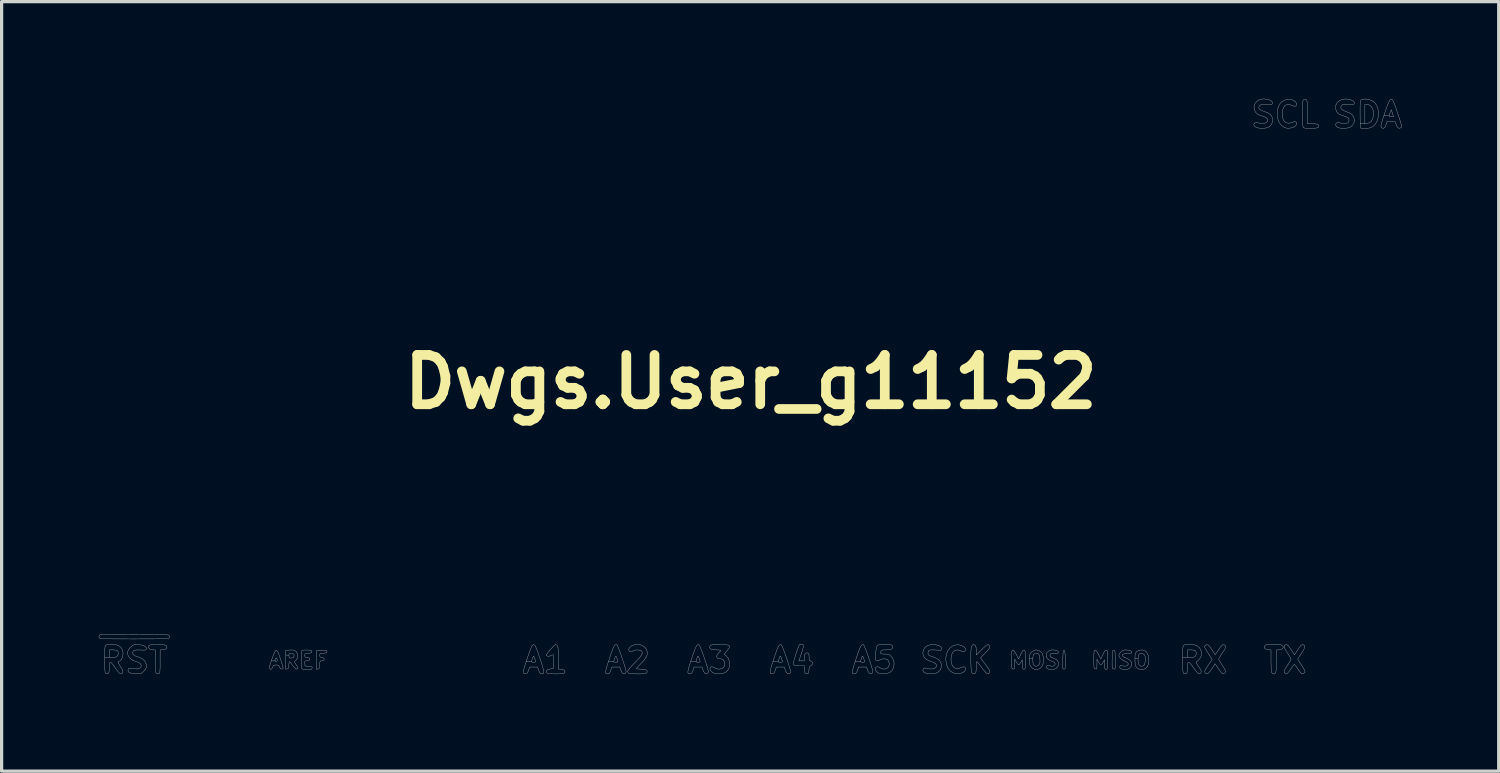
<source format=kicad_pcb>
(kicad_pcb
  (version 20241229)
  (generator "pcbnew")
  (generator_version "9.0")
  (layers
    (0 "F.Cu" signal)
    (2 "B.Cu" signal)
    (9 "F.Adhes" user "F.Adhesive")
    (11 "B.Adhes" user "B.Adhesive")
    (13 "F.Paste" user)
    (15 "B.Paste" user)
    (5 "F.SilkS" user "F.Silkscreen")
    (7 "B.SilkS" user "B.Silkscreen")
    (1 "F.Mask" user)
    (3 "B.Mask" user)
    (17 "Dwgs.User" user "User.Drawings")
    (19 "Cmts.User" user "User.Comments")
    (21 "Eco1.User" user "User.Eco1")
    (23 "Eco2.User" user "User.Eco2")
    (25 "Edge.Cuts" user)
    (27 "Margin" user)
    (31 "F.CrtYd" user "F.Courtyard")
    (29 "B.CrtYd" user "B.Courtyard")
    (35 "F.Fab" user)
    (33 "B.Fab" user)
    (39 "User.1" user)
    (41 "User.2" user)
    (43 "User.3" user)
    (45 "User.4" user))
  (footprint "Dwgs.User_g11152"
    (layer "F.Cu")
    (at 20.141 8.747)
    (property "Reference" "Dwgs.User_g11152" (at 0 0 0) (layer "F.SilkS") (effects (font (size 1.524 1.524) (thickness 0.3))))
    (attr through_hole)
    (fp_poly (pts (xy 9.686 8.293) (xy 9.696 8.316) (xy 9.702 8.362) (xy 9.707 8.437) (xy 9.71 8.547) (xy 9.711 8.578) (xy 9.713 8.694) (xy 9.713 8.774) (xy 9.71 8.825) (xy 9.704 8.853) (xy 9.693 8.866) (xy 9.677 8.869) (xy 9.673 8.869) (xy 9.656 8.867) (xy 9.644 8.857) (xy 9.637 8.833) (xy 9.634 8.787) (xy 9.633 8.713) (xy 9.635 8.605) (xy 9.636 8.578) (xy 9.639 8.459) (xy 9.643 8.377) (xy 9.649 8.325) (xy 9.658 8.297) (xy 9.67 8.287) (xy 9.673 8.287) (xy 9.686 8.293)) (stroke (width 0.01) (type solid)) (fill no) (layer "Dwgs.User"))
    (fp_poly (pts (xy 11.225 8.289) (xy 11.237 8.301) (xy 11.245 8.328) (xy 11.25 8.378) (xy 11.253 8.456) (xy 11.256 8.57) (xy 11.256 8.578) (xy 11.258 8.694) (xy 11.258 8.774) (xy 11.256 8.825) (xy 11.249 8.853) (xy 11.239 8.866) (xy 11.222 8.869) (xy 11.218 8.869) (xy 11.178 8.857) (xy 11.164 8.841) (xy 11.16 8.81) (xy 11.158 8.746) (xy 11.158 8.658) (xy 11.159 8.556) (xy 11.159 8.55) (xy 11.162 8.441) (xy 11.166 8.366) (xy 11.172 8.321) (xy 11.181 8.297) (xy 11.194 8.288) (xy 11.208 8.287) (xy 11.225 8.289)) (stroke (width 0.01) (type solid)) (fill no) (layer "Dwgs.User"))
    (fp_poly (pts (xy -13.169 8.288) (xy -13.122 8.292) (xy -13.099 8.303) (xy -13.092 8.321) (xy -13.092 8.329) (xy -13.098 8.354) (xy -13.122 8.369) (xy -13.176 8.376) (xy -13.203 8.378) (xy -13.267 8.383) (xy -13.3 8.393) (xy -13.312 8.415) (xy -13.314 8.445) (xy -13.308 8.488) (xy -13.282 8.507) (xy -13.245 8.513) (xy -13.195 8.525) (xy -13.177 8.551) (xy -13.176 8.562) (xy -13.188 8.594) (xy -13.228 8.609) (xy -13.244 8.611) (xy -13.282 8.617) (xy -13.303 8.632) (xy -13.313 8.666) (xy -13.318 8.732) (xy -13.318 8.738) (xy -13.324 8.807) (xy -13.334 8.844) (xy -13.354 8.861) (xy -13.373 8.865) (xy -13.421 8.872) (xy -13.415 8.579) (xy -13.409 8.287) (xy -13.25 8.287) (xy -13.169 8.288)) (stroke (width 0.01) (type solid)) (fill no) (layer "Dwgs.User"))
    (fp_poly (pts (xy -18.308 8.111) (xy -18.201 8.115) (xy -18.129 8.121) (xy -18.084 8.129) (xy -18.058 8.142) (xy -18.047 8.154) (xy -18.035 8.203) (xy -18.06 8.242) (xy -18.119 8.267) (xy -18.158 8.272) (xy -18.246 8.279) (xy -18.246 8.635) (xy -18.246 8.768) (xy -18.248 8.864) (xy -18.252 8.93) (xy -18.258 8.972) (xy -18.267 8.994) (xy -18.279 9.004) (xy -18.325 9.016) (xy -18.356 9.003) (xy -18.368 8.992) (xy -18.379 8.963) (xy -18.387 8.9) (xy -18.392 8.801) (xy -18.394 8.663) (xy -18.394 8.621) (xy -18.394 8.276) (xy -18.459 8.276) (xy -18.535 8.265) (xy -18.587 8.236) (xy -18.605 8.193) (xy -18.599 8.157) (xy -18.577 8.133) (xy -18.532 8.118) (xy -18.459 8.111) (xy -18.352 8.11) (xy -18.308 8.111)) (stroke (width 0.01) (type solid)) (fill no) (layer "Dwgs.User"))
    (fp_poly (pts (xy 17.151 -8.718) (xy 17.164 -8.706) (xy 17.174 -8.684) (xy 17.181 -8.646) (xy 17.185 -8.586) (xy 17.187 -8.497) (xy 17.187 -8.373) (xy 17.187 -8.34) (xy 17.187 -7.982) (xy 17.349 -7.975) (xy 17.439 -7.97) (xy 17.496 -7.959) (xy 17.527 -7.942) (xy 17.533 -7.934) (xy 17.543 -7.892) (xy 17.527 -7.865) (xy 17.494 -7.849) (xy 17.429 -7.838) (xy 17.346 -7.831) (xy 17.257 -7.83) (xy 17.172 -7.833) (xy 17.105 -7.842) (xy 17.066 -7.856) (xy 17.065 -7.857) (xy 17.055 -7.883) (xy 17.047 -7.94) (xy 17.042 -8.031) (xy 17.04 -8.159) (xy 17.039 -8.29) (xy 17.039 -8.432) (xy 17.041 -8.538) (xy 17.044 -8.613) (xy 17.048 -8.662) (xy 17.056 -8.693) (xy 17.066 -8.71) (xy 17.077 -8.718) (xy 17.131 -8.726) (xy 17.151 -8.718)) (stroke (width 0.01) (type solid)) (fill no) (layer "Dwgs.User"))
    (fp_poly (pts (xy 16.259 8.108) (xy 16.334 8.113) (xy 16.381 8.122) (xy 16.409 8.136) (xy 16.413 8.14) (xy 16.44 8.174) (xy 16.447 8.191) (xy 16.428 8.23) (xy 16.38 8.261) (xy 16.319 8.276) (xy 16.307 8.276) (xy 16.235 8.276) (xy 16.235 8.606) (xy 16.234 8.75) (xy 16.229 8.858) (xy 16.22 8.933) (xy 16.206 8.981) (xy 16.185 9.007) (xy 16.157 9.017) (xy 16.15 9.017) (xy 16.108 9) (xy 16.087 8.976) (xy 16.079 8.94) (xy 16.073 8.87) (xy 16.068 8.773) (xy 16.066 8.657) (xy 16.066 8.606) (xy 16.066 8.276) (xy 15.993 8.276) (xy 15.93 8.265) (xy 15.879 8.236) (xy 15.854 8.198) (xy 15.854 8.191) (xy 15.867 8.164) (xy 15.887 8.14) (xy 15.912 8.125) (xy 15.955 8.114) (xy 16.023 8.109) (xy 16.125 8.107) (xy 16.15 8.107) (xy 16.259 8.108)) (stroke (width 0.01) (type solid)) (fill no) (layer "Dwgs.User"))
    (fp_poly (pts (xy 16.72 -8.713) (xy 16.808 -8.665) (xy 16.829 -8.645) (xy 16.86 -8.592) (xy 16.857 -8.548) (xy 16.826 -8.521) (xy 16.775 -8.517) (xy 16.721 -8.538) (xy 16.641 -8.567) (xy 16.562 -8.567) (xy 16.497 -8.538) (xy 16.49 -8.531) (xy 16.445 -8.46) (xy 16.418 -8.365) (xy 16.411 -8.259) (xy 16.424 -8.158) (xy 16.458 -8.074) (xy 16.465 -8.065) (xy 16.53 -8.008) (xy 16.611 -7.988) (xy 16.7 -8.008) (xy 16.707 -8.011) (xy 16.784 -8.038) (xy 16.834 -8.033) (xy 16.858 -7.999) (xy 16.859 -7.982) (xy 16.84 -7.928) (xy 16.789 -7.884) (xy 16.716 -7.853) (xy 16.631 -7.837) (xy 16.544 -7.84) (xy 16.477 -7.86) (xy 16.384 -7.925) (xy 16.315 -8.019) (xy 16.272 -8.136) (xy 16.257 -8.27) (xy 16.271 -8.415) (xy 16.287 -8.48) (xy 16.33 -8.58) (xy 16.394 -8.651) (xy 16.488 -8.702) (xy 16.511 -8.71) (xy 16.617 -8.729) (xy 16.72 -8.713)) (stroke (width 0.01) (type solid)) (fill no) (layer "Dwgs.User"))
    (fp_poly (pts (xy 6.505 8.137) (xy 6.589 8.188) (xy 6.602 8.2) (xy 6.633 8.241) (xy 6.635 8.275) (xy 6.626 8.295) (xy 6.587 8.333) (xy 6.534 8.332) (xy 6.489 8.307) (xy 6.439 8.285) (xy 6.377 8.276) (xy 6.297 8.295) (xy 6.237 8.348) (xy 6.198 8.432) (xy 6.182 8.542) (xy 6.186 8.629) (xy 6.212 8.734) (xy 6.261 8.809) (xy 6.327 8.85) (xy 6.407 8.854) (xy 6.477 8.829) (xy 6.552 8.8) (xy 6.604 8.804) (xy 6.634 8.841) (xy 6.635 8.842) (xy 6.633 8.891) (xy 6.598 8.94) (xy 6.536 8.98) (xy 6.503 8.992) (xy 6.408 9.013) (xy 6.329 9.01) (xy 6.245 8.983) (xy 6.232 8.977) (xy 6.149 8.922) (xy 6.087 8.838) (xy 6.044 8.722) (xy 6.031 8.668) (xy 6.021 8.535) (xy 6.041 8.408) (xy 6.089 8.296) (xy 6.161 8.205) (xy 6.253 8.143) (xy 6.293 8.129) (xy 6.402 8.116) (xy 6.505 8.137)) (stroke (width 0.01) (type solid)) (fill no) (layer "Dwgs.User"))
    (fp_poly (pts (xy 9.412 8.284) (xy 9.471 8.307) (xy 9.5 8.339) (xy 9.5 8.363) (xy 9.477 8.381) (xy 9.423 8.391) (xy 9.364 8.393) (xy 9.295 8.394) (xy 9.257 8.4) (xy 9.242 8.416) (xy 9.239 8.442) (xy 9.247 8.475) (xy 9.277 8.502) (xy 9.338 8.53) (xy 9.345 8.532) (xy 9.43 8.571) (xy 9.479 8.615) (xy 9.501 8.672) (xy 9.504 8.712) (xy 9.485 8.785) (xy 9.435 8.841) (xy 9.362 8.877) (xy 9.277 8.887) (xy 9.191 8.868) (xy 9.14 8.835) (xy 9.125 8.798) (xy 9.142 8.769) (xy 9.186 8.758) (xy 9.232 8.767) (xy 9.305 8.781) (xy 9.362 8.769) (xy 9.394 8.734) (xy 9.398 8.711) (xy 9.391 8.678) (xy 9.364 8.654) (xy 9.306 8.63) (xy 9.292 8.625) (xy 9.199 8.582) (xy 9.143 8.524) (xy 9.123 8.449) (xy 9.123 8.44) (xy 9.142 8.366) (xy 9.194 8.311) (xy 9.275 8.281) (xy 9.329 8.276) (xy 9.412 8.284)) (stroke (width 0.01) (type solid)) (fill no) (layer "Dwgs.User"))
    (fp_poly (pts (xy 11.664 8.284) (xy 11.729 8.304) (xy 11.762 8.335) (xy 11.764 8.356) (xy 11.753 8.377) (xy 11.724 8.387) (xy 11.666 8.387) (xy 11.64 8.386) (xy 11.551 8.39) (xy 11.495 8.411) (xy 11.475 8.442) (xy 11.492 8.478) (xy 11.547 8.512) (xy 11.601 8.531) (xy 11.674 8.565) (xy 11.732 8.618) (xy 11.765 8.678) (xy 11.769 8.704) (xy 11.75 8.78) (xy 11.7 8.838) (xy 11.626 8.874) (xy 11.537 8.884) (xy 11.445 8.865) (xy 11.401 8.839) (xy 11.392 8.802) (xy 11.392 8.798) (xy 11.41 8.764) (xy 11.431 8.76) (xy 11.523 8.776) (xy 11.587 8.775) (xy 11.631 8.755) (xy 11.658 8.717) (xy 11.645 8.679) (xy 11.594 8.642) (xy 11.545 8.622) (xy 11.468 8.583) (xy 11.407 8.529) (xy 11.371 8.47) (xy 11.367 8.443) (xy 11.381 8.401) (xy 11.416 8.351) (xy 11.428 8.338) (xy 11.487 8.293) (xy 11.552 8.277) (xy 11.575 8.276) (xy 11.664 8.284)) (stroke (width 0.01) (type solid)) (fill no) (layer "Dwgs.User"))
    (fp_poly (pts (xy 12.174 8.303) (xy 12.199 8.32) (xy 12.251 8.385) (xy 12.283 8.478) (xy 12.293 8.589) (xy 12.288 8.644) (xy 12.271 8.736) (xy 12.246 8.796) (xy 12.206 8.837) (xy 12.171 8.858) (xy 12.091 8.886) (xy 12.016 8.879) (xy 11.991 8.87) (xy 11.934 8.839) (xy 11.896 8.794) (xy 11.874 8.729) (xy 11.865 8.634) (xy 11.864 8.568) (xy 11.864 8.54) (xy 11.959 8.54) (xy 11.961 8.621) (xy 11.972 8.694) (xy 11.992 8.743) (xy 11.994 8.745) (xy 12.048 8.78) (xy 12.108 8.774) (xy 12.136 8.757) (xy 12.162 8.717) (xy 12.179 8.65) (xy 12.186 8.572) (xy 12.182 8.497) (xy 12.166 8.445) (xy 12.125 8.402) (xy 12.069 8.384) (xy 12.015 8.393) (xy 11.987 8.416) (xy 11.968 8.466) (xy 11.959 8.54) (xy 11.864 8.54) (xy 11.865 8.477) (xy 11.869 8.418) (xy 11.878 8.38) (xy 11.896 8.352) (xy 11.923 8.327) (xy 12.002 8.285) (xy 12.09 8.277) (xy 12.174 8.303)) (stroke (width 0.01) (type solid)) (fill no) (layer "Dwgs.User"))
    (fp_poly (pts (xy -14.618 8.324) (xy -14.584 8.399) (xy -14.542 8.515) (xy -14.528 8.559) (xy -14.495 8.66) (xy -14.469 8.747) (xy -14.452 8.812) (xy -14.447 8.847) (xy -14.448 8.85) (xy -14.479 8.871) (xy -14.519 8.86) (xy -14.552 8.822) (xy -14.559 8.805) (xy -14.579 8.764) (xy -14.609 8.746) (xy -14.665 8.742) (xy -14.667 8.742) (xy -14.729 8.748) (xy -14.753 8.766) (xy -14.753 8.771) (xy -14.766 8.808) (xy -14.791 8.847) (xy -14.82 8.878) (xy -14.841 8.877) (xy -14.857 8.86) (xy -14.867 8.841) (xy -14.868 8.812) (xy -14.859 8.765) (xy -14.838 8.695) (xy -14.811 8.615) (xy -14.699 8.615) (xy -14.691 8.633) (xy -14.667 8.636) (xy -14.633 8.621) (xy -14.626 8.599) (xy -14.637 8.55) (xy -14.645 8.533) (xy -14.661 8.524) (xy -14.679 8.552) (xy -14.686 8.57) (xy -14.699 8.615) (xy -14.811 8.615) (xy -14.804 8.594) (xy -14.791 8.556) (xy -14.745 8.429) (xy -14.708 8.342) (xy -14.676 8.296) (xy -14.648 8.29) (xy -14.618 8.324)) (stroke (width 0.01) (type solid)) (fill no) (layer "Dwgs.User"))
    (fp_poly (pts (xy -6.004 8.12) (xy -5.981 8.14) (xy -5.968 8.16) (xy -5.959 8.192) (xy -5.953 8.245) (xy -5.95 8.324) (xy -5.948 8.435) (xy -5.948 8.52) (xy -5.948 8.866) (xy -5.86 8.873) (xy -5.789 8.888) (xy -5.747 8.918) (xy -5.741 8.957) (xy -5.756 8.983) (xy -5.776 8.998) (xy -5.812 9.008) (xy -5.872 9.014) (xy -5.961 9.017) (xy -6.034 9.017) (xy -6.142 9.016) (xy -6.216 9.014) (xy -6.262 9.008) (xy -6.289 8.998) (xy -6.304 8.982) (xy -6.306 8.978) (xy -6.314 8.929) (xy -6.284 8.891) (xy -6.222 8.868) (xy -6.191 8.865) (xy -6.107 8.858) (xy -6.101 8.641) (xy -6.099 8.551) (xy -6.1 8.479) (xy -6.103 8.435) (xy -6.107 8.424) (xy -6.132 8.433) (xy -6.178 8.454) (xy -6.18 8.456) (xy -6.246 8.476) (xy -6.295 8.463) (xy -6.316 8.434) (xy -6.306 8.41) (xy -6.274 8.365) (xy -6.226 8.306) (xy -6.171 8.243) (xy -6.116 8.183) (xy -6.068 8.136) (xy -6.035 8.11) (xy -6.027 8.107) (xy -6.004 8.12)) (stroke (width 0.01) (type solid)) (fill no) (layer "Dwgs.User"))
    (fp_poly (pts (xy 8.897 8.295) (xy 8.955 8.335) (xy 8.994 8.376) (xy 9.016 8.421) (xy 9.028 8.488) (xy 9.031 8.52) (xy 9.034 8.645) (xy 9.016 8.739) (xy 8.974 8.808) (xy 8.933 8.842) (xy 8.876 8.873) (xy 8.824 8.889) (xy 8.816 8.89) (xy 8.768 8.878) (xy 8.71 8.85) (xy 8.699 8.842) (xy 8.641 8.786) (xy 8.607 8.71) (xy 8.596 8.606) (xy 8.598 8.573) (xy 8.71 8.573) (xy 8.712 8.657) (xy 8.72 8.709) (xy 8.736 8.74) (xy 8.751 8.754) (xy 8.805 8.781) (xy 8.853 8.771) (xy 8.892 8.74) (xy 8.917 8.709) (xy 8.929 8.671) (xy 8.931 8.612) (xy 8.928 8.558) (xy 8.918 8.47) (xy 8.898 8.416) (xy 8.864 8.389) (xy 8.816 8.383) (xy 8.765 8.389) (xy 8.733 8.414) (xy 8.716 8.464) (xy 8.71 8.547) (xy 8.71 8.573) (xy 8.598 8.573) (xy 8.6 8.52) (xy 8.611 8.442) (xy 8.628 8.391) (xy 8.661 8.35) (xy 8.677 8.335) (xy 8.754 8.287) (xy 8.816 8.276) (xy 8.897 8.295)) (stroke (width 0.01) (type solid)) (fill no) (layer "Dwgs.User"))
    (fp_poly (pts (xy -19.494 7.792) (xy -19.295 7.793) (xy -19.058 7.794) (xy -19.042 7.794) (xy -18.802 7.796) (xy -18.601 7.797) (xy -18.435 7.799) (xy -18.301 7.801) (xy -18.195 7.803) (xy -18.115 7.806) (xy -18.056 7.81) (xy -18.014 7.815) (xy -17.988 7.82) (xy -17.972 7.827) (xy -17.964 7.835) (xy -17.963 7.835) (xy -17.954 7.877) (xy -17.969 7.904) (xy -17.979 7.912) (xy -17.997 7.918) (xy -18.028 7.923) (xy -18.074 7.928) (xy -18.139 7.931) (xy -18.226 7.933) (xy -18.339 7.935) (xy -18.481 7.936) (xy -18.656 7.937) (xy -18.867 7.937) (xy -19.052 7.938) (xy -19.291 7.937) (xy -19.49 7.937) (xy -19.655 7.937) (xy -19.788 7.935) (xy -19.892 7.934) (xy -19.972 7.931) (xy -20.031 7.928) (xy -20.072 7.924) (xy -20.099 7.919) (xy -20.115 7.912) (xy -20.124 7.904) (xy -20.128 7.898) (xy -20.136 7.849) (xy -20.123 7.824) (xy -20.115 7.816) (xy -20.099 7.809) (xy -20.072 7.804) (xy -20.032 7.8) (xy -19.973 7.797) (xy -19.894 7.794) (xy -19.79 7.793) (xy -19.658 7.792) (xy -19.494 7.792)) (stroke (width 0.01) (type solid)) (fill no) (layer "Dwgs.User"))
    (fp_poly (pts (xy 19.009 -8.736) (xy 19.102 -8.719) (xy 19.187 -8.688) (xy 19.189 -8.687) (xy 19.274 -8.624) (xy 19.334 -8.534) (xy 19.372 -8.426) (xy 19.386 -8.308) (xy 19.378 -8.187) (xy 19.347 -8.073) (xy 19.295 -7.972) (xy 19.221 -7.894) (xy 19.149 -7.854) (xy 19.099 -7.842) (xy 19.029 -7.835) (xy 18.953 -7.832) (xy 18.886 -7.834) (xy 18.841 -7.841) (xy 18.831 -7.846) (xy 18.827 -7.87) (xy 18.823 -7.931) (xy 18.82 -8.02) (xy 18.818 -8.132) (xy 18.817 -8.259) (xy 18.817 -8.279) (xy 18.817 -8.422) (xy 18.818 -8.529) (xy 18.82 -8.572) (xy 18.965 -8.572) (xy 18.965 -7.974) (xy 19.045 -7.987) (xy 19.108 -8.007) (xy 19.157 -8.04) (xy 19.161 -8.045) (xy 19.204 -8.123) (xy 19.229 -8.224) (xy 19.233 -8.33) (xy 19.23 -8.357) (xy 19.201 -8.449) (xy 19.149 -8.52) (xy 19.081 -8.564) (xy 19.03 -8.572) (xy 18.965 -8.572) (xy 18.82 -8.572) (xy 18.82 -8.605) (xy 18.825 -8.656) (xy 18.831 -8.688) (xy 18.841 -8.707) (xy 18.855 -8.718) (xy 18.863 -8.722) (xy 18.924 -8.737) (xy 19.009 -8.736)) (stroke (width 0.01) (type solid)) (fill no) (layer "Dwgs.User"))
    (fp_poly (pts (xy 10.98 8.28) (xy 10.995 8.287) (xy 11.006 8.306) (xy 11.014 8.344) (xy 11.018 8.408) (xy 11.022 8.503) (xy 11.023 8.564) (xy 11.024 8.692) (xy 11.021 8.783) (xy 11.011 8.841) (xy 10.995 8.872) (xy 10.97 8.88) (xy 10.948 8.875) (xy 10.932 8.847) (xy 10.923 8.778) (xy 10.921 8.724) (xy 10.92 8.583) (xy 10.886 8.647) (xy 10.847 8.709) (xy 10.814 8.732) (xy 10.78 8.715) (xy 10.742 8.657) (xy 10.732 8.64) (xy 10.691 8.562) (xy 10.69 8.717) (xy 10.689 8.796) (xy 10.684 8.842) (xy 10.674 8.863) (xy 10.655 8.867) (xy 10.642 8.865) (xy 10.622 8.861) (xy 10.609 8.85) (xy 10.601 8.825) (xy 10.596 8.781) (xy 10.594 8.709) (xy 10.594 8.603) (xy 10.594 8.573) (xy 10.594 8.457) (xy 10.597 8.376) (xy 10.601 8.325) (xy 10.609 8.296) (xy 10.621 8.283) (xy 10.63 8.28) (xy 10.657 8.289) (xy 10.689 8.329) (xy 10.731 8.403) (xy 10.738 8.415) (xy 10.809 8.558) (xy 10.876 8.415) (xy 10.915 8.337) (xy 10.946 8.294) (xy 10.972 8.28) (xy 10.98 8.28)) (stroke (width 0.01) (type solid)) (fill no) (layer "Dwgs.User"))
    (fp_poly (pts (xy 19.813 -8.718) (xy 19.817 -8.715) (xy 19.834 -8.687) (xy 19.86 -8.626) (xy 19.895 -8.538) (xy 19.934 -8.429) (xy 19.976 -8.307) (xy 19.981 -8.292) (xy 20.027 -8.152) (xy 20.06 -8.046) (xy 20.082 -7.97) (xy 20.092 -7.918) (xy 20.094 -7.885) (xy 20.088 -7.865) (xy 20.086 -7.862) (xy 20.043 -7.834) (xy 19.999 -7.844) (xy 19.958 -7.892) (xy 19.937 -7.938) (xy 19.902 -8.033) (xy 19.776 -8.039) (xy 19.651 -8.045) (xy 19.619 -7.944) (xy 19.586 -7.871) (xy 19.546 -7.836) (xy 19.503 -7.839) (xy 19.473 -7.864) (xy 19.464 -7.881) (xy 19.462 -7.907) (xy 19.469 -7.949) (xy 19.485 -8.011) (xy 19.511 -8.099) (xy 19.55 -8.219) (xy 19.552 -8.224) (xy 19.714 -8.224) (xy 19.72 -8.2) (xy 19.745 -8.192) (xy 19.777 -8.191) (xy 19.85 -8.191) (xy 19.816 -8.3) (xy 19.781 -8.408) (xy 19.757 -8.348) (xy 19.727 -8.27) (xy 19.714 -8.224) (xy 19.552 -8.224) (xy 19.577 -8.299) (xy 19.628 -8.451) (xy 19.67 -8.566) (xy 19.704 -8.647) (xy 19.734 -8.7) (xy 19.76 -8.726) (xy 19.786 -8.731) (xy 19.813 -8.718)) (stroke (width 0.01) (type solid)) (fill no) (layer "Dwgs.User"))
    (fp_poly (pts (xy -14.104 8.286) (xy -14.069 8.304) (xy -14.044 8.327) (xy -13.999 8.399) (xy -13.991 8.479) (xy -14.02 8.556) (xy -14.044 8.585) (xy -14.079 8.624) (xy -14.097 8.649) (xy -14.097 8.651) (xy -14.085 8.674) (xy -14.056 8.717) (xy -14.044 8.733) (xy -14.003 8.799) (xy -13.994 8.844) (xy -14.016 8.867) (xy -14.033 8.869) (xy -14.071 8.85) (xy -14.122 8.796) (xy -14.154 8.753) (xy -14.197 8.694) (xy -14.231 8.653) (xy -14.249 8.637) (xy -14.259 8.655) (xy -14.267 8.704) (xy -14.271 8.747) (xy -14.277 8.813) (xy -14.288 8.848) (xy -14.311 8.862) (xy -14.325 8.865) (xy -14.373 8.872) (xy -14.367 8.579) (xy -14.365 8.456) (xy -14.266 8.456) (xy -14.264 8.506) (xy -14.248 8.526) (xy -14.207 8.528) (xy -14.187 8.526) (xy -14.135 8.518) (xy -14.112 8.5) (xy -14.108 8.459) (xy -14.108 8.456) (xy -14.112 8.414) (xy -14.133 8.394) (xy -14.183 8.386) (xy -14.187 8.386) (xy -14.239 8.384) (xy -14.261 8.397) (xy -14.266 8.436) (xy -14.266 8.456) (xy -14.365 8.456) (xy -14.362 8.287) (xy -14.229 8.28) (xy -14.153 8.279) (xy -14.104 8.286)) (stroke (width 0.01) (type solid)) (fill no) (layer "Dwgs.User"))
    (fp_poly (pts (xy -13.704 8.28) (xy -13.626 8.285) (xy -13.582 8.293) (xy -13.562 8.306) (xy -13.557 8.329) (xy -13.557 8.329) (xy -13.563 8.354) (xy -13.588 8.369) (xy -13.642 8.376) (xy -13.668 8.378) (xy -13.733 8.383) (xy -13.766 8.393) (xy -13.778 8.415) (xy -13.78 8.445) (xy -13.775 8.486) (xy -13.753 8.505) (xy -13.702 8.513) (xy -13.7 8.513) (xy -13.646 8.522) (xy -13.624 8.543) (xy -13.621 8.562) (xy -13.63 8.591) (xy -13.664 8.606) (xy -13.701 8.611) (xy -13.754 8.618) (xy -13.775 8.635) (xy -13.777 8.676) (xy -13.775 8.696) (xy -13.769 8.774) (xy -13.658 8.78) (xy -13.591 8.786) (xy -13.558 8.798) (xy -13.547 8.82) (xy -13.547 8.825) (xy -13.563 8.865) (xy -13.58 8.877) (xy -13.632 8.887) (xy -13.705 8.889) (xy -13.778 8.884) (xy -13.835 8.873) (xy -13.848 8.867) (xy -13.864 8.853) (xy -13.875 8.827) (xy -13.881 8.782) (xy -13.884 8.711) (xy -13.885 8.606) (xy -13.885 8.587) (xy -13.884 8.485) (xy -13.88 8.397) (xy -13.874 8.333) (xy -13.867 8.302) (xy -13.867 8.302) (xy -13.839 8.286) (xy -13.778 8.279) (xy -13.704 8.28)) (stroke (width 0.01) (type solid)) (fill no) (layer "Dwgs.User"))
    (fp_poly (pts (xy 8.44 8.28) (xy 8.455 8.287) (xy 8.466 8.306) (xy 8.474 8.344) (xy 8.478 8.408) (xy 8.482 8.503) (xy 8.483 8.564) (xy 8.485 8.686) (xy 8.483 8.771) (xy 8.477 8.826) (xy 8.467 8.857) (xy 8.46 8.865) (xy 8.427 8.878) (xy 8.407 8.864) (xy 8.393 8.831) (xy 8.384 8.77) (xy 8.381 8.711) (xy 8.38 8.583) (xy 8.338 8.664) (xy 8.306 8.711) (xy 8.278 8.736) (xy 8.27 8.736) (xy 8.245 8.714) (xy 8.211 8.668) (xy 8.197 8.645) (xy 8.15 8.562) (xy 8.15 8.717) (xy 8.149 8.796) (xy 8.144 8.842) (xy 8.134 8.863) (xy 8.115 8.867) (xy 8.102 8.865) (xy 8.082 8.861) (xy 8.069 8.85) (xy 8.061 8.825) (xy 8.056 8.781) (xy 8.054 8.709) (xy 8.054 8.603) (xy 8.054 8.573) (xy 8.054 8.457) (xy 8.057 8.376) (xy 8.061 8.325) (xy 8.069 8.296) (xy 8.081 8.283) (xy 8.09 8.28) (xy 8.117 8.289) (xy 8.149 8.329) (xy 8.191 8.403) (xy 8.198 8.415) (xy 8.269 8.558) (xy 8.336 8.415) (xy 8.375 8.337) (xy 8.406 8.294) (xy 8.432 8.28) (xy 8.44 8.28)) (stroke (width 0.01) (type solid)) (fill no) (layer "Dwgs.User"))
    (fp_poly (pts (xy 5.785 8.136) (xy 5.8 8.141) (xy 5.855 8.167) (xy 5.878 8.193) (xy 5.88 8.23) (xy 5.88 8.231) (xy 5.874 8.287) (xy 5.691 8.279) (xy 5.601 8.276) (xy 5.545 8.278) (xy 5.512 8.286) (xy 5.493 8.301) (xy 5.483 8.317) (xy 5.468 8.38) (xy 5.493 8.432) (xy 5.541 8.462) (xy 5.596 8.482) (xy 5.668 8.508) (xy 5.701 8.52) (xy 5.792 8.571) (xy 5.854 8.643) (xy 5.884 8.727) (xy 5.881 8.816) (xy 5.845 8.9) (xy 5.773 8.971) (xy 5.766 8.976) (xy 5.698 9.003) (xy 5.606 9.015) (xy 5.505 9.014) (xy 5.414 8.997) (xy 5.382 8.985) (xy 5.331 8.954) (xy 5.313 8.912) (xy 5.313 8.903) (xy 5.329 8.855) (xy 5.373 8.834) (xy 5.439 8.844) (xy 5.449 8.847) (xy 5.532 8.866) (xy 5.612 8.863) (xy 5.679 8.842) (xy 5.724 8.804) (xy 5.736 8.764) (xy 5.724 8.724) (xy 5.685 8.687) (xy 5.613 8.652) (xy 5.538 8.625) (xy 5.427 8.574) (xy 5.353 8.503) (xy 5.317 8.412) (xy 5.313 8.361) (xy 5.332 8.269) (xy 5.383 8.195) (xy 5.461 8.142) (xy 5.559 8.112) (xy 5.669 8.109) (xy 5.785 8.136)) (stroke (width 0.01) (type solid)) (fill no) (layer "Dwgs.User"))
    (fp_poly (pts (xy 14.618 8.116) (xy 14.637 8.128) (xy 14.659 8.153) (xy 14.665 8.184) (xy 14.651 8.227) (xy 14.616 8.29) (xy 14.559 8.377) (xy 14.511 8.45) (xy 14.474 8.512) (xy 14.453 8.552) (xy 14.45 8.562) (xy 14.461 8.589) (xy 14.491 8.641) (xy 14.535 8.71) (xy 14.56 8.749) (xy 14.619 8.84) (xy 14.652 8.906) (xy 14.66 8.951) (xy 14.646 8.984) (xy 14.623 9.003) (xy 14.593 9.013) (xy 14.561 9.001) (xy 14.521 8.963) (xy 14.469 8.895) (xy 14.427 8.834) (xy 14.339 8.704) (xy 14.237 8.86) (xy 14.175 8.948) (xy 14.126 8.999) (xy 14.086 9.016) (xy 14.05 9.002) (xy 14.034 8.986) (xy 14.02 8.964) (xy 14.018 8.94) (xy 14.03 8.905) (xy 14.059 8.853) (xy 14.109 8.776) (xy 14.14 8.73) (xy 14.248 8.57) (xy 14.13 8.388) (xy 14.081 8.309) (xy 14.041 8.242) (xy 14.017 8.194) (xy 14.012 8.179) (xy 14.029 8.148) (xy 14.056 8.127) (xy 14.088 8.116) (xy 14.118 8.123) (xy 14.153 8.152) (xy 14.197 8.208) (xy 14.255 8.292) (xy 14.344 8.425) (xy 14.444 8.275) (xy 14.504 8.189) (xy 14.55 8.136) (xy 14.586 8.113) (xy 14.618 8.116)) (stroke (width 0.01) (type solid)) (fill no) (layer "Dwgs.User"))
    (fp_poly (pts (xy 1.595 8.101) (xy 1.617 8.12) (xy 1.623 8.158) (xy 1.612 8.22) (xy 1.586 8.313) (xy 1.558 8.398) (xy 1.484 8.615) (xy 1.651 8.615) (xy 1.651 8.512) (xy 1.661 8.426) (xy 1.69 8.378) (xy 1.737 8.367) (xy 1.756 8.371) (xy 1.782 8.386) (xy 1.795 8.417) (xy 1.799 8.475) (xy 1.799 8.498) (xy 1.801 8.565) (xy 1.81 8.6) (xy 1.829 8.615) (xy 1.847 8.619) (xy 1.888 8.641) (xy 1.905 8.682) (xy 1.895 8.728) (xy 1.858 8.761) (xy 1.855 8.762) (xy 1.823 8.78) (xy 1.805 8.81) (xy 1.797 8.865) (xy 1.795 8.894) (xy 1.789 8.962) (xy 1.776 8.997) (xy 1.753 9.011) (xy 1.746 9.013) (xy 1.698 9.006) (xy 1.677 8.992) (xy 1.662 8.957) (xy 1.652 8.897) (xy 1.651 8.865) (xy 1.651 8.763) (xy 1.493 8.763) (xy 1.407 8.761) (xy 1.354 8.754) (xy 1.325 8.739) (xy 1.316 8.728) (xy 1.313 8.697) (xy 1.323 8.638) (xy 1.348 8.547) (xy 1.388 8.421) (xy 1.396 8.395) (xy 1.435 8.28) (xy 1.464 8.199) (xy 1.486 8.146) (xy 1.504 8.115) (xy 1.522 8.101) (xy 1.544 8.097) (xy 1.558 8.096) (xy 1.595 8.101)) (stroke (width 0.01) (type solid)) (fill no) (layer "Dwgs.User"))
    (fp_poly (pts (xy 6.931 8.14) (xy 6.953 8.184) (xy 6.963 8.26) (xy 6.964 8.304) (xy 6.964 8.434) (xy 7.133 8.265) (xy 7.209 8.191) (xy 7.262 8.144) (xy 7.298 8.12) (xy 7.324 8.114) (xy 7.34 8.12) (xy 7.373 8.149) (xy 7.381 8.185) (xy 7.362 8.231) (xy 7.313 8.294) (xy 7.242 8.369) (xy 7.092 8.52) (xy 7.24 8.715) (xy 7.309 8.809) (xy 7.355 8.877) (xy 7.378 8.924) (xy 7.382 8.957) (xy 7.37 8.982) (xy 7.356 8.996) (xy 7.328 9.011) (xy 7.299 9.008) (xy 7.263 8.982) (xy 7.216 8.93) (xy 7.152 8.848) (xy 7.129 8.818) (xy 7.073 8.744) (xy 7.025 8.684) (xy 6.992 8.647) (xy 6.98 8.637) (xy 6.972 8.656) (xy 6.967 8.707) (xy 6.964 8.781) (xy 6.964 8.801) (xy 6.96 8.894) (xy 6.951 8.961) (xy 6.938 8.992) (xy 6.89 9.016) (xy 6.844 9.003) (xy 6.815 8.963) (xy 6.808 8.924) (xy 6.802 8.851) (xy 6.798 8.753) (xy 6.795 8.637) (xy 6.795 8.555) (xy 6.795 8.417) (xy 6.798 8.316) (xy 6.803 8.244) (xy 6.81 8.196) (xy 6.821 8.164) (xy 6.827 8.154) (xy 6.863 8.114) (xy 6.897 8.113) (xy 6.931 8.14)) (stroke (width 0.01) (type solid)) (fill no) (layer "Dwgs.User"))
    (fp_poly (pts (xy -3.398 8.123) (xy -3.309 8.165) (xy -3.242 8.231) (xy -3.229 8.253) (xy -3.2 8.336) (xy -3.201 8.418) (xy -3.234 8.505) (xy -3.303 8.601) (xy -3.395 8.699) (xy -3.456 8.76) (xy -3.504 8.811) (xy -3.531 8.844) (xy -3.535 8.851) (xy -3.515 8.86) (xy -3.464 8.867) (xy -3.392 8.873) (xy -3.384 8.873) (xy -3.295 8.88) (xy -3.241 8.892) (xy -3.213 8.911) (xy -3.21 8.915) (xy -3.201 8.956) (xy -3.216 8.983) (xy -3.236 8.998) (xy -3.271 9.008) (xy -3.329 9.014) (xy -3.418 9.017) (xy -3.501 9.017) (xy -3.635 9.015) (xy -3.727 9.008) (xy -3.777 8.997) (xy -3.785 8.992) (xy -3.802 8.967) (xy -3.805 8.938) (xy -3.788 8.901) (xy -3.75 8.849) (xy -3.687 8.78) (xy -3.597 8.686) (xy -3.589 8.679) (xy -3.487 8.573) (xy -3.416 8.491) (xy -3.371 8.427) (xy -3.352 8.378) (xy -3.356 8.339) (xy -3.376 8.311) (xy -3.422 8.288) (xy -3.488 8.277) (xy -3.559 8.278) (xy -3.618 8.292) (xy -3.641 8.308) (xy -3.685 8.338) (xy -3.728 8.335) (xy -3.761 8.308) (xy -3.773 8.264) (xy -3.755 8.216) (xy -3.686 8.152) (xy -3.597 8.116) (xy -3.497 8.106) (xy -3.398 8.123)) (stroke (width 0.01) (type solid)) (fill no) (layer "Dwgs.User"))
    (fp_poly (pts (xy -4.139 8.12) (xy -4.124 8.143) (xy -4.099 8.198) (xy -4.066 8.279) (xy -4.029 8.379) (xy -3.99 8.489) (xy -3.952 8.602) (xy -3.916 8.711) (xy -3.886 8.809) (xy -3.864 8.887) (xy -3.853 8.939) (xy -3.852 8.949) (xy -3.869 8.995) (xy -3.909 9.015) (xy -3.954 9.003) (xy -3.981 8.971) (xy -4.009 8.916) (xy -4.017 8.894) (xy -4.046 8.805) (xy -4.294 8.805) (xy -4.319 8.885) (xy -4.341 8.943) (xy -4.362 8.986) (xy -4.366 8.991) (xy -4.404 9.013) (xy -4.451 9.015) (xy -4.473 9.003) (xy -4.483 8.985) (xy -4.485 8.954) (xy -4.478 8.906) (xy -4.46 8.835) (xy -4.431 8.737) (xy -4.401 8.644) (xy -4.233 8.644) (xy -4.215 8.653) (xy -4.171 8.657) (xy -4.17 8.657) (xy -4.125 8.653) (xy -4.106 8.644) (xy -4.106 8.644) (xy -4.113 8.608) (xy -4.128 8.557) (xy -4.147 8.506) (xy -4.164 8.473) (xy -4.17 8.467) (xy -4.183 8.484) (xy -4.201 8.528) (xy -4.219 8.58) (xy -4.231 8.626) (xy -4.233 8.644) (xy -4.401 8.644) (xy -4.39 8.608) (xy -4.359 8.516) (xy -4.311 8.374) (xy -4.272 8.268) (xy -4.241 8.193) (xy -4.214 8.146) (xy -4.189 8.121) (xy -4.164 8.114) (xy -4.139 8.12)) (stroke (width 0.01) (type solid)) (fill no) (layer "Dwgs.User"))
    (fp_poly (pts (xy -1.599 8.12) (xy -1.584 8.143) (xy -1.559 8.198) (xy -1.526 8.279) (xy -1.489 8.379) (xy -1.45 8.489) (xy -1.412 8.602) (xy -1.376 8.711) (xy -1.346 8.809) (xy -1.324 8.887) (xy -1.313 8.939) (xy -1.312 8.949) (xy -1.329 8.995) (xy -1.369 9.015) (xy -1.414 9.003) (xy -1.441 8.971) (xy -1.469 8.916) (xy -1.477 8.894) (xy -1.506 8.805) (xy -1.754 8.805) (xy -1.779 8.885) (xy -1.801 8.943) (xy -1.822 8.986) (xy -1.826 8.991) (xy -1.864 9.013) (xy -1.911 9.015) (xy -1.933 9.003) (xy -1.943 8.985) (xy -1.945 8.954) (xy -1.938 8.906) (xy -1.92 8.835) (xy -1.891 8.737) (xy -1.861 8.644) (xy -1.693 8.644) (xy -1.675 8.653) (xy -1.631 8.657) (xy -1.63 8.657) (xy -1.585 8.653) (xy -1.566 8.644) (xy -1.566 8.644) (xy -1.573 8.608) (xy -1.588 8.557) (xy -1.607 8.506) (xy -1.624 8.473) (xy -1.63 8.467) (xy -1.643 8.484) (xy -1.661 8.528) (xy -1.679 8.58) (xy -1.691 8.626) (xy -1.693 8.644) (xy -1.861 8.644) (xy -1.85 8.608) (xy -1.819 8.516) (xy -1.771 8.374) (xy -1.732 8.268) (xy -1.701 8.193) (xy -1.674 8.146) (xy -1.649 8.121) (xy -1.624 8.114) (xy -1.599 8.12)) (stroke (width 0.01) (type solid)) (fill no) (layer "Dwgs.User"))
    (fp_poly (pts (xy -0.847 8.109) (xy -0.754 8.118) (xy -0.693 8.133) (xy -0.663 8.156) (xy -0.656 8.179) (xy -0.669 8.21) (xy -0.702 8.26) (xy -0.74 8.309) (xy -0.823 8.41) (xy -0.771 8.451) (xy -0.7 8.533) (xy -0.662 8.639) (xy -0.656 8.71) (xy -0.672 8.828) (xy -0.72 8.918) (xy -0.799 8.979) (xy -0.908 9.012) (xy -0.986 9.017) (xy -1.076 9.012) (xy -1.142 8.994) (xy -1.187 8.969) (xy -1.244 8.917) (xy -1.266 8.864) (xy -1.251 8.818) (xy -1.24 8.807) (xy -1.211 8.793) (xy -1.175 8.802) (xy -1.136 8.824) (xy -1.047 8.863) (xy -0.962 8.87) (xy -0.888 8.85) (xy -0.833 8.806) (xy -0.806 8.738) (xy -0.804 8.715) (xy -0.819 8.631) (xy -0.861 8.575) (xy -0.927 8.552) (xy -0.939 8.551) (xy -1.012 8.539) (xy -1.05 8.505) (xy -1.053 8.456) (xy -1.017 8.395) (xy -0.995 8.371) (xy -0.955 8.33) (xy -0.933 8.299) (xy -0.931 8.293) (xy -0.951 8.284) (xy -1.001 8.278) (xy -1.06 8.276) (xy -1.167 8.269) (xy -1.236 8.249) (xy -1.267 8.213) (xy -1.27 8.195) (xy -1.264 8.159) (xy -1.244 8.135) (xy -1.201 8.119) (xy -1.132 8.11) (xy -1.028 8.107) (xy -0.979 8.107) (xy -0.847 8.109)) (stroke (width 0.01) (type solid)) (fill no) (layer "Dwgs.User"))
    (fp_poly (pts (xy 0.941 8.12) (xy 0.956 8.143) (xy 0.981 8.198) (xy 1.014 8.279) (xy 1.051 8.379) (xy 1.09 8.489) (xy 1.128 8.602) (xy 1.164 8.711) (xy 1.194 8.809) (xy 1.216 8.887) (xy 1.227 8.939) (xy 1.228 8.949) (xy 1.211 8.995) (xy 1.171 9.015) (xy 1.126 9.003) (xy 1.099 8.971) (xy 1.071 8.916) (xy 1.063 8.894) (xy 1.034 8.805) (xy 0.786 8.805) (xy 0.761 8.885) (xy 0.739 8.943) (xy 0.718 8.986) (xy 0.714 8.991) (xy 0.676 9.013) (xy 0.629 9.015) (xy 0.607 9.003) (xy 0.597 8.985) (xy 0.595 8.954) (xy 0.602 8.906) (xy 0.62 8.835) (xy 0.649 8.737) (xy 0.679 8.644) (xy 0.847 8.644) (xy 0.865 8.653) (xy 0.909 8.657) (xy 0.91 8.657) (xy 0.955 8.653) (xy 0.974 8.644) (xy 0.974 8.644) (xy 0.967 8.608) (xy 0.952 8.557) (xy 0.933 8.506) (xy 0.916 8.473) (xy 0.91 8.467) (xy 0.897 8.484) (xy 0.879 8.528) (xy 0.861 8.58) (xy 0.849 8.626) (xy 0.847 8.644) (xy 0.679 8.644) (xy 0.69 8.608) (xy 0.721 8.516) (xy 0.769 8.374) (xy 0.808 8.268) (xy 0.839 8.193) (xy 0.866 8.146) (xy 0.891 8.121) (xy 0.916 8.114) (xy 0.941 8.12)) (stroke (width 0.01) (type solid)) (fill no) (layer "Dwgs.User"))
    (fp_poly (pts (xy 3.481 8.12) (xy 3.496 8.143) (xy 3.521 8.198) (xy 3.554 8.279) (xy 3.591 8.379) (xy 3.63 8.489) (xy 3.668 8.602) (xy 3.704 8.711) (xy 3.734 8.809) (xy 3.756 8.887) (xy 3.767 8.939) (xy 3.768 8.949) (xy 3.751 8.995) (xy 3.711 9.015) (xy 3.666 9.003) (xy 3.639 8.971) (xy 3.611 8.916) (xy 3.603 8.894) (xy 3.574 8.805) (xy 3.326 8.805) (xy 3.301 8.885) (xy 3.279 8.943) (xy 3.258 8.986) (xy 3.254 8.991) (xy 3.216 9.013) (xy 3.169 9.015) (xy 3.147 9.003) (xy 3.137 8.985) (xy 3.135 8.954) (xy 3.142 8.906) (xy 3.16 8.835) (xy 3.189 8.737) (xy 3.219 8.644) (xy 3.387 8.644) (xy 3.405 8.653) (xy 3.449 8.657) (xy 3.45 8.657) (xy 3.495 8.653) (xy 3.514 8.644) (xy 3.514 8.644) (xy 3.507 8.608) (xy 3.492 8.557) (xy 3.473 8.506) (xy 3.456 8.473) (xy 3.45 8.467) (xy 3.437 8.484) (xy 3.419 8.528) (xy 3.401 8.58) (xy 3.389 8.626) (xy 3.387 8.644) (xy 3.219 8.644) (xy 3.23 8.608) (xy 3.261 8.516) (xy 3.309 8.374) (xy 3.348 8.268) (xy 3.379 8.193) (xy 3.406 8.146) (xy 3.431 8.121) (xy 3.456 8.114) (xy 3.481 8.12)) (stroke (width 0.01) (type solid)) (fill no) (layer "Dwgs.User"))
    (fp_poly (pts (xy 15.936 -8.733) (xy 16.018 -8.71) (xy 16.079 -8.677) (xy 16.111 -8.636) (xy 16.107 -8.593) (xy 16.092 -8.573) (xy 16.067 -8.562) (xy 16.022 -8.56) (xy 15.948 -8.563) (xy 15.921 -8.565) (xy 15.834 -8.571) (xy 15.778 -8.569) (xy 15.743 -8.559) (xy 15.721 -8.542) (xy 15.687 -8.49) (xy 15.696 -8.442) (xy 15.746 -8.398) (xy 15.838 -8.359) (xy 15.861 -8.352) (xy 15.976 -8.308) (xy 16.054 -8.25) (xy 16.102 -8.175) (xy 16.109 -8.152) (xy 16.117 -8.057) (xy 16.088 -7.967) (xy 16.024 -7.893) (xy 15.998 -7.875) (xy 15.922 -7.846) (xy 15.823 -7.833) (xy 15.718 -7.836) (xy 15.625 -7.856) (xy 15.605 -7.863) (xy 15.553 -7.901) (xy 15.535 -7.944) (xy 15.547 -7.984) (xy 15.585 -8.009) (xy 15.645 -8.009) (xy 15.666 -8.003) (xy 15.76 -7.982) (xy 15.844 -7.983) (xy 15.911 -8.005) (xy 15.951 -8.045) (xy 15.959 -8.082) (xy 15.952 -8.122) (xy 15.927 -8.154) (xy 15.876 -8.183) (xy 15.791 -8.214) (xy 15.779 -8.218) (xy 15.693 -8.25) (xy 15.636 -8.282) (xy 15.596 -8.321) (xy 15.584 -8.338) (xy 15.545 -8.429) (xy 15.543 -8.52) (xy 15.575 -8.603) (xy 15.635 -8.673) (xy 15.719 -8.721) (xy 15.824 -8.741) (xy 15.837 -8.742) (xy 15.936 -8.733)) (stroke (width 0.01) (type solid)) (fill no) (layer "Dwgs.User"))
    (fp_poly (pts (xy -6.678 8.13) (xy -6.651 8.17) (xy -6.62 8.237) (xy -6.582 8.337) (xy -6.536 8.471) (xy -6.513 8.539) (xy -6.463 8.691) (xy -6.427 8.807) (xy -6.406 8.892) (xy -6.397 8.951) (xy -6.4 8.989) (xy -6.416 9.009) (xy -6.443 9.017) (xy -6.454 9.017) (xy -6.495 9.006) (xy -6.527 8.969) (xy -6.556 8.898) (xy -6.561 8.885) (xy -6.586 8.805) (xy -6.834 8.805) (xy -6.859 8.885) (xy -6.881 8.943) (xy -6.902 8.986) (xy -6.906 8.991) (xy -6.944 9.013) (xy -6.991 9.015) (xy -7.013 9.003) (xy -7.025 8.972) (xy -7.027 8.945) (xy -7.02 8.904) (xy -7.002 8.834) (xy -6.974 8.741) (xy -6.942 8.644) (xy -6.773 8.644) (xy -6.755 8.653) (xy -6.711 8.657) (xy -6.71 8.657) (xy -6.665 8.653) (xy -6.646 8.644) (xy -6.646 8.644) (xy -6.653 8.608) (xy -6.668 8.557) (xy -6.687 8.506) (xy -6.704 8.473) (xy -6.71 8.467) (xy -6.723 8.484) (xy -6.741 8.528) (xy -6.759 8.58) (xy -6.771 8.626) (xy -6.773 8.644) (xy -6.942 8.644) (xy -6.939 8.633) (xy -6.901 8.52) (xy -6.862 8.408) (xy -6.825 8.306) (xy -6.792 8.223) (xy -6.767 8.165) (xy -6.754 8.143) (xy -6.727 8.12) (xy -6.703 8.115) (xy -6.678 8.13)) (stroke (width 0.01) (type solid)) (fill no) (layer "Dwgs.User"))
    (fp_poly (pts (xy 18.493 -8.723) (xy 18.512 -8.718) (xy 18.586 -8.689) (xy 18.63 -8.651) (xy 18.639 -8.608) (xy 18.626 -8.583) (xy 18.602 -8.567) (xy 18.558 -8.561) (xy 18.484 -8.562) (xy 18.437 -8.566) (xy 18.354 -8.571) (xy 18.302 -8.571) (xy 18.271 -8.562) (xy 18.25 -8.543) (xy 18.239 -8.529) (xy 18.219 -8.477) (xy 18.237 -8.431) (xy 18.294 -8.389) (xy 18.39 -8.348) (xy 18.482 -8.314) (xy 18.543 -8.28) (xy 18.585 -8.241) (xy 18.617 -8.189) (xy 18.643 -8.097) (xy 18.63 -8.007) (xy 18.58 -7.926) (xy 18.515 -7.873) (xy 18.445 -7.847) (xy 18.352 -7.834) (xy 18.251 -7.834) (xy 18.16 -7.848) (xy 18.136 -7.856) (xy 18.084 -7.89) (xy 18.062 -7.937) (xy 18.074 -7.985) (xy 18.083 -7.995) (xy 18.114 -8.015) (xy 18.156 -8.012) (xy 18.183 -8.004) (xy 18.269 -7.984) (xy 18.354 -7.982) (xy 18.423 -7.996) (xy 18.445 -8.007) (xy 18.474 -8.054) (xy 18.475 -8.097) (xy 18.467 -8.133) (xy 18.445 -8.159) (xy 18.4 -8.182) (xy 18.341 -8.203) (xy 18.241 -8.24) (xy 18.174 -8.271) (xy 18.129 -8.303) (xy 18.099 -8.34) (xy 18.087 -8.36) (xy 18.058 -8.457) (xy 18.068 -8.551) (xy 18.116 -8.633) (xy 18.198 -8.697) (xy 18.203 -8.699) (xy 18.29 -8.732) (xy 18.382 -8.74) (xy 18.493 -8.723)) (stroke (width 0.01) (type solid)) (fill no) (layer "Dwgs.User"))
    (fp_poly (pts (xy -18.907 8.113) (xy -18.798 8.13) (xy -18.72 8.16) (xy -18.679 8.202) (xy -18.673 8.24) (xy -18.679 8.263) (xy -18.694 8.276) (xy -18.727 8.282) (xy -18.788 8.282) (xy -18.855 8.279) (xy -18.961 8.278) (xy -19.031 8.287) (xy -19.072 8.309) (xy -19.09 8.345) (xy -19.092 8.373) (xy -19.084 8.41) (xy -19.053 8.441) (xy -18.995 8.47) (xy -18.902 8.5) (xy -18.799 8.548) (xy -18.722 8.618) (xy -18.678 8.704) (xy -18.669 8.766) (xy -18.675 8.825) (xy -18.697 8.873) (xy -18.744 8.927) (xy -18.751 8.935) (xy -18.799 8.98) (xy -18.839 9.004) (xy -18.886 9.014) (xy -18.958 9.016) (xy -18.968 9.016) (xy -19.052 9.011) (xy -19.131 8.998) (xy -19.173 8.985) (xy -19.221 8.958) (xy -19.237 8.926) (xy -19.237 8.896) (xy -19.228 8.861) (xy -19.206 8.843) (xy -19.162 8.84) (xy -19.09 8.85) (xy -19.046 8.859) (xy -18.95 8.865) (xy -18.878 8.844) (xy -18.837 8.804) (xy -18.828 8.748) (xy -18.857 8.698) (xy -18.921 8.657) (xy -18.987 8.636) (xy -19.103 8.592) (xy -19.189 8.524) (xy -19.241 8.435) (xy -19.241 8.434) (xy -19.254 8.377) (xy -19.246 8.326) (xy -19.226 8.282) (xy -19.182 8.216) (xy -19.123 8.159) (xy -19.113 8.153) (xy -19.065 8.124) (xy -19.016 8.111) (xy -18.951 8.11) (xy -18.907 8.113)) (stroke (width 0.01) (type solid)) (fill no) (layer "Dwgs.User"))
    (fp_poly (pts (xy 4.188 8.107) (xy 4.268 8.112) (xy 4.329 8.121) (xy 4.356 8.132) (xy 4.38 8.18) (xy 4.369 8.229) (xy 4.341 8.254) (xy 4.299 8.266) (xy 4.23 8.274) (xy 4.161 8.276) (xy 4.082 8.278) (xy 4.038 8.287) (xy 4.022 8.302) (xy 4.022 8.306) (xy 4.014 8.353) (xy 4.009 8.37) (xy 4.008 8.388) (xy 4.029 8.399) (xy 4.079 8.403) (xy 4.122 8.403) (xy 4.209 8.408) (xy 4.269 8.425) (xy 4.305 8.447) (xy 4.379 8.531) (xy 4.418 8.637) (xy 4.424 8.71) (xy 4.407 8.828) (xy 4.358 8.919) (xy 4.279 8.981) (xy 4.172 9.012) (xy 4.106 9.016) (xy 4.029 9.01) (xy 3.96 8.995) (xy 3.932 8.984) (xy 3.873 8.938) (xy 3.842 8.885) (xy 3.843 8.84) (xy 3.876 8.802) (xy 3.927 8.798) (xy 3.983 8.826) (xy 4.06 8.863) (xy 4.137 8.868) (xy 4.205 8.844) (xy 4.254 8.795) (xy 4.275 8.724) (xy 4.276 8.715) (xy 4.262 8.63) (xy 4.219 8.576) (xy 4.147 8.553) (xy 4.12 8.551) (xy 4.053 8.559) (xy 3.998 8.576) (xy 3.989 8.582) (xy 3.929 8.611) (xy 3.877 8.605) (xy 3.857 8.588) (xy 3.847 8.552) (xy 3.845 8.486) (xy 3.85 8.403) (xy 3.861 8.315) (xy 3.875 8.232) (xy 3.892 8.168) (xy 3.911 8.134) (xy 3.911 8.133) (xy 3.949 8.12) (xy 4.016 8.111) (xy 4.1 8.107) (xy 4.188 8.107)) (stroke (width 0.01) (type solid)) (fill no) (layer "Dwgs.User"))
    (fp_poly (pts (xy 13.557 8.107) (xy 13.689 8.118) (xy 13.789 8.154) (xy 13.861 8.216) (xy 13.895 8.273) (xy 13.921 8.362) (xy 13.918 8.437) (xy 13.892 8.505) (xy 13.845 8.573) (xy 13.79 8.624) (xy 13.761 8.639) (xy 13.753 8.655) (xy 13.768 8.694) (xy 13.809 8.761) (xy 13.83 8.792) (xy 13.879 8.866) (xy 13.905 8.916) (xy 13.913 8.95) (xy 13.905 8.977) (xy 13.875 9.011) (xy 13.837 9.011) (xy 13.788 8.976) (xy 13.727 8.905) (xy 13.675 8.833) (xy 13.607 8.737) (xy 13.557 8.679) (xy 13.521 8.658) (xy 13.499 8.674) (xy 13.487 8.727) (xy 13.483 8.816) (xy 13.483 8.824) (xy 13.481 8.912) (xy 13.475 8.967) (xy 13.463 8.995) (xy 13.45 9.004) (xy 13.404 9.016) (xy 13.373 9.003) (xy 13.36 8.992) (xy 13.351 8.966) (xy 13.343 8.909) (xy 13.338 8.818) (xy 13.336 8.69) (xy 13.335 8.558) (xy 13.335 8.409) (xy 13.337 8.297) (xy 13.338 8.276) (xy 13.483 8.276) (xy 13.483 8.509) (xy 13.587 8.509) (xy 13.671 8.501) (xy 13.723 8.478) (xy 13.725 8.476) (xy 13.751 8.426) (xy 13.757 8.364) (xy 13.741 8.311) (xy 13.733 8.302) (xy 13.698 8.287) (xy 13.638 8.278) (xy 13.595 8.276) (xy 13.483 8.276) (xy 13.338 8.276) (xy 13.343 8.217) (xy 13.355 8.163) (xy 13.378 8.13) (xy 13.412 8.113) (xy 13.461 8.107) (xy 13.527 8.107) (xy 13.557 8.107)) (stroke (width 0.01) (type solid)) (fill no) (layer "Dwgs.User"))
    (fp_poly (pts (xy 16.564 8.119) (xy 16.603 8.154) (xy 16.654 8.22) (xy 16.693 8.276) (xy 16.792 8.426) (xy 16.889 8.277) (xy 16.946 8.194) (xy 16.987 8.143) (xy 17.021 8.118) (xy 17.051 8.115) (xy 17.069 8.12) (xy 17.101 8.141) (xy 17.11 8.176) (xy 17.094 8.229) (xy 17.053 8.305) (xy 17.008 8.375) (xy 16.959 8.45) (xy 16.92 8.512) (xy 16.896 8.552) (xy 16.891 8.562) (xy 16.902 8.583) (xy 16.932 8.631) (xy 16.975 8.699) (xy 17.012 8.754) (xy 17.068 8.841) (xy 17.101 8.901) (xy 17.115 8.94) (xy 17.113 8.966) (xy 17.11 8.971) (xy 17.072 9.003) (xy 17.043 9.013) (xy 17.015 9.008) (xy 16.982 8.982) (xy 16.939 8.927) (xy 16.9 8.87) (xy 16.853 8.802) (xy 16.815 8.751) (xy 16.791 8.724) (xy 16.787 8.721) (xy 16.77 8.738) (xy 16.737 8.782) (xy 16.693 8.844) (xy 16.679 8.864) (xy 16.619 8.948) (xy 16.573 8.996) (xy 16.535 9.012) (xy 16.502 9) (xy 16.494 8.992) (xy 16.475 8.966) (xy 16.472 8.936) (xy 16.487 8.893) (xy 16.522 8.831) (xy 16.577 8.747) (xy 16.625 8.674) (xy 16.662 8.612) (xy 16.684 8.571) (xy 16.686 8.562) (xy 16.675 8.535) (xy 16.645 8.483) (xy 16.602 8.414) (xy 16.577 8.377) (xy 16.519 8.288) (xy 16.485 8.226) (xy 16.471 8.183) (xy 16.477 8.153) (xy 16.499 8.128) (xy 16.531 8.112) (xy 16.564 8.119)) (stroke (width 0.01) (type solid)) (fill no) (layer "Dwgs.User"))
    (fp_poly (pts (xy -19.664 8.111) (xy -19.589 8.122) (xy -19.538 8.138) (xy -19.452 8.203) (xy -19.402 8.288) (xy -19.389 8.38) (xy -19.397 8.446) (xy -19.417 8.515) (xy -19.445 8.574) (xy -19.475 8.61) (xy -19.489 8.615) (xy -19.519 8.626) (xy -19.534 8.634) (xy -19.544 8.651) (xy -19.536 8.683) (xy -19.505 8.737) (xy -19.476 8.781) (xy -19.419 8.872) (xy -19.393 8.938) (xy -19.397 8.982) (xy -19.43 9.006) (xy -19.431 9.006) (xy -19.458 9.013) (xy -19.482 9.009) (xy -19.509 8.989) (xy -19.544 8.949) (xy -19.593 8.882) (xy -19.633 8.826) (xy -19.686 8.754) (xy -19.734 8.697) (xy -19.77 8.663) (xy -19.782 8.657) (xy -19.798 8.667) (xy -19.808 8.701) (xy -19.812 8.767) (xy -19.812 8.812) (xy -19.817 8.914) (xy -19.832 8.979) (xy -19.86 9.011) (xy -19.886 9.017) (xy -19.92 9.003) (xy -19.935 8.992) (xy -19.944 8.961) (xy -19.952 8.897) (xy -19.957 8.807) (xy -19.96 8.699) (xy -19.962 8.582) (xy -19.961 8.463) (xy -19.958 8.351) (xy -19.955 8.276) (xy -19.812 8.276) (xy -19.812 8.509) (xy -19.713 8.509) (xy -19.63 8.5) (xy -19.576 8.474) (xy -19.545 8.424) (xy -19.538 8.363) (xy -19.555 8.31) (xy -19.562 8.302) (xy -19.597 8.287) (xy -19.657 8.278) (xy -19.7 8.276) (xy -19.812 8.276) (xy -19.955 8.276) (xy -19.954 8.254) (xy -19.947 8.18) (xy -19.938 8.138) (xy -19.935 8.132) (xy -19.897 8.117) (xy -19.831 8.109) (xy -19.749 8.107) (xy -19.664 8.111)) (stroke (width 0.01) (type solid)) (fill no) (layer "Dwgs.User")))
  (gr_rect
    (start -3 -3)
    (end 43.24 20.769)
    (stroke (width 0.1) (type default))
    (fill no)
    (layer "Edge.Cuts")))
</source>
